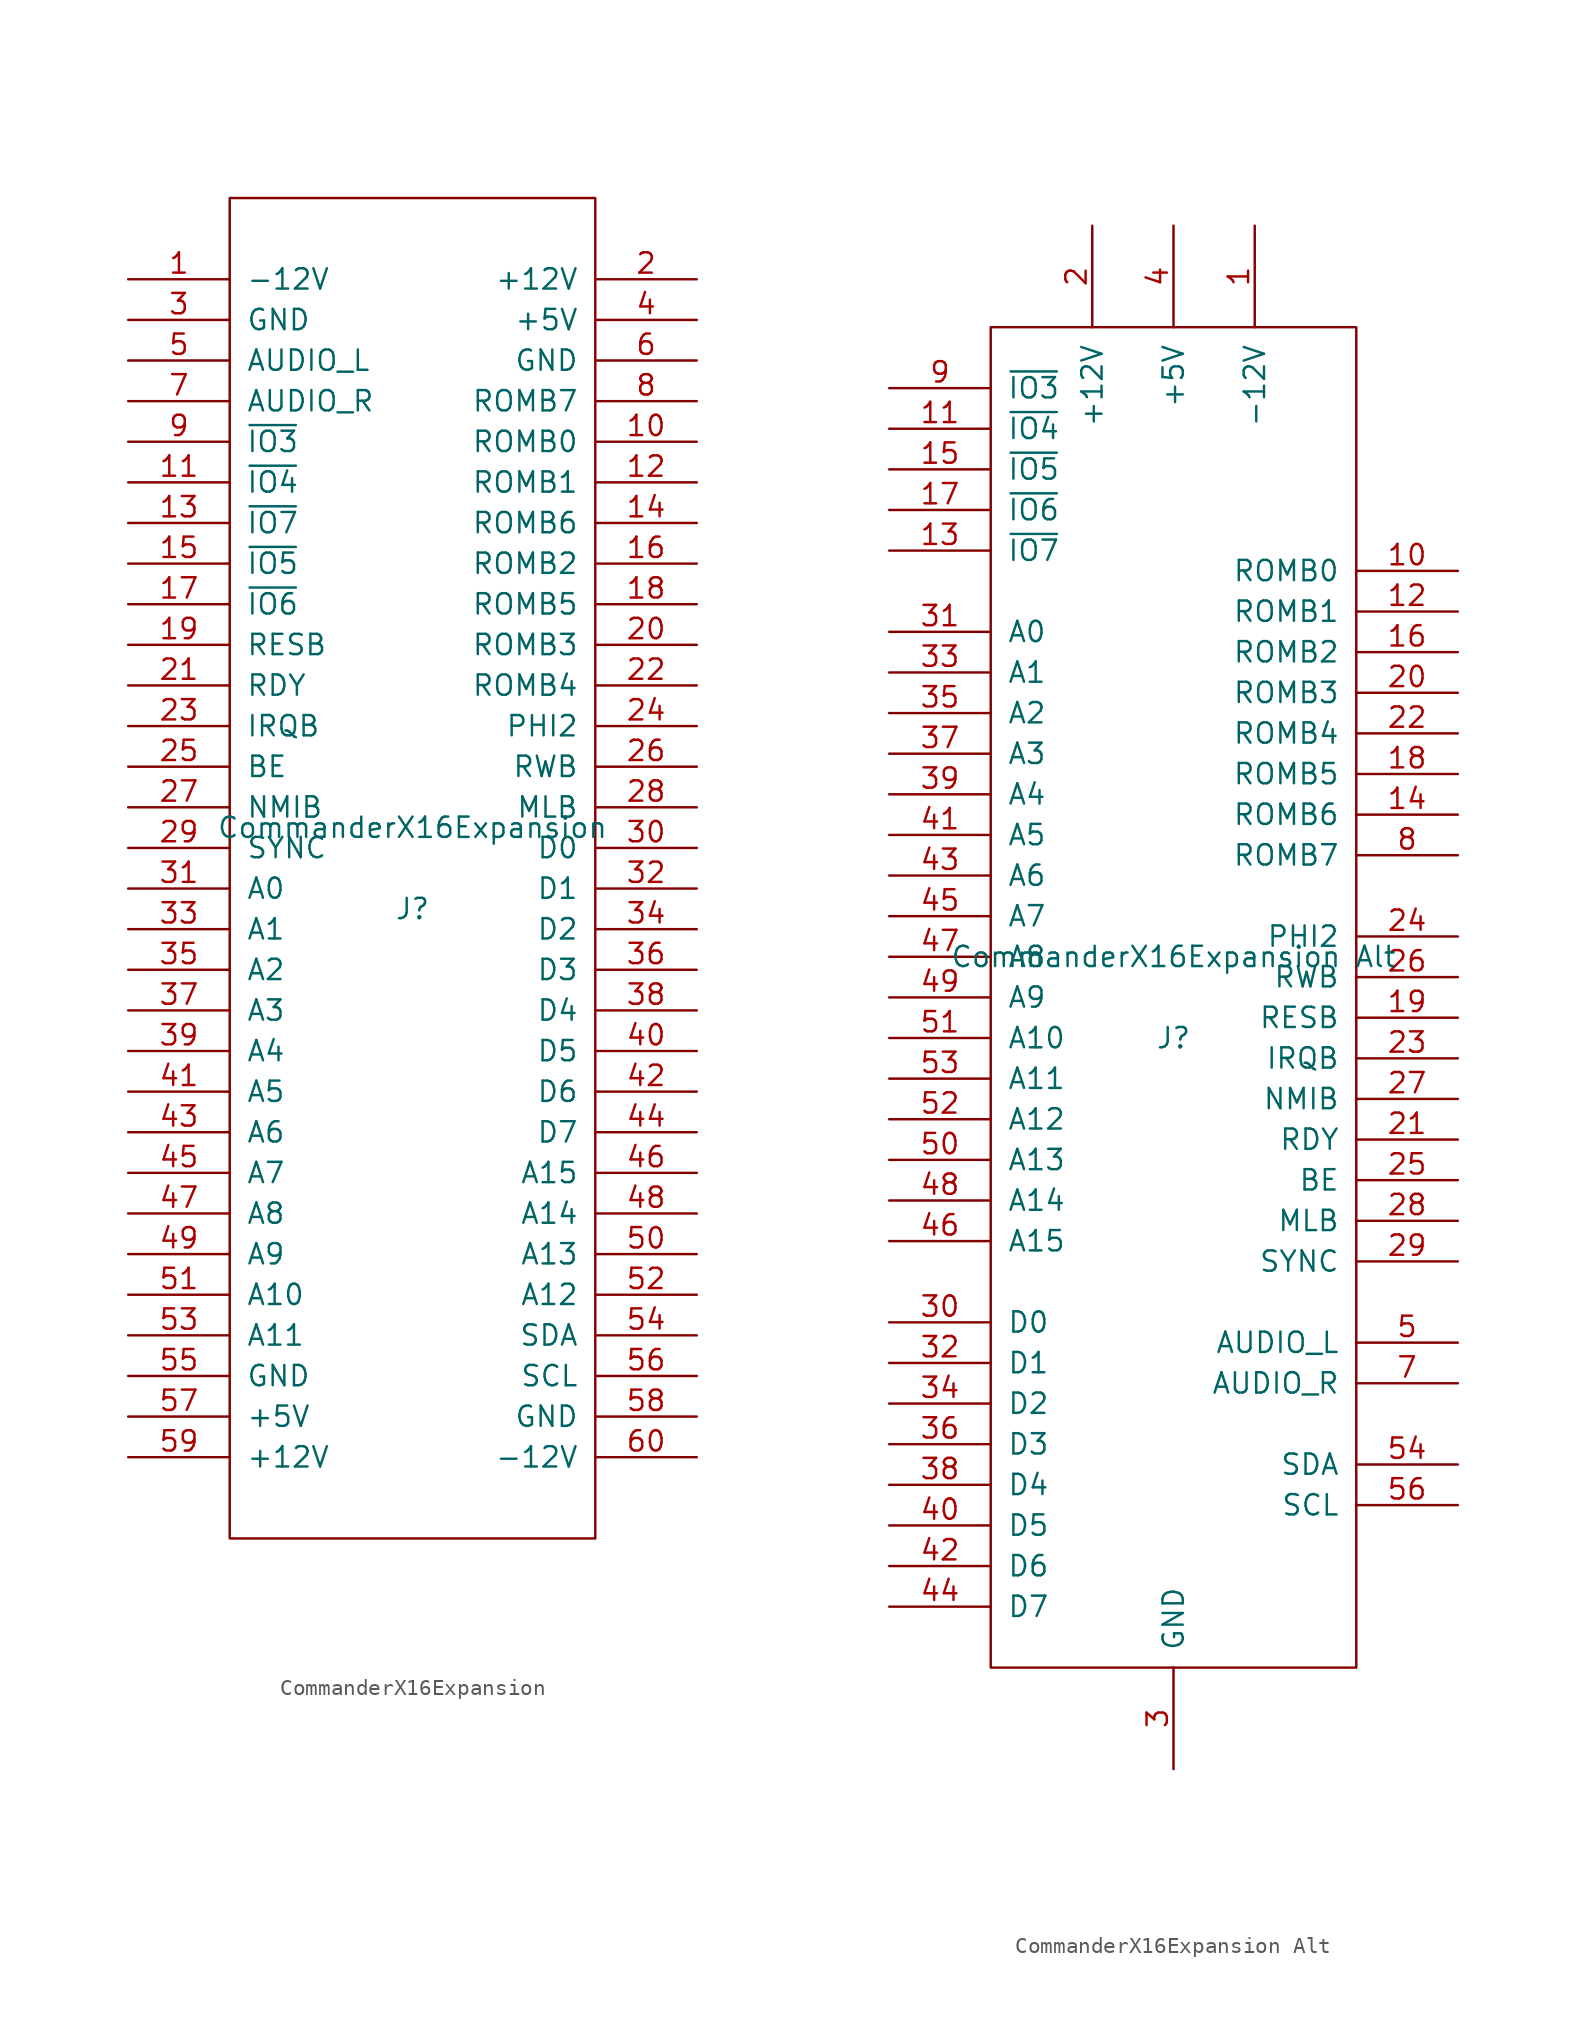
<source format=kicad_sym>
(kicad_symbol_lib
  (version 20231120)
  (generator "kicad_symbol_editor")
  (generator_version "8.0")
  (symbol "CommanderX16Expansion"
    (pin_names
      (offset 1.016))
    (property "Reference" "J"
      (at 0 -2.54 0)
      (effects (font (size 1.27 1.27))))
    (property "Value" "CommanderX16Expansion"
      (at 0 2.54 0)
      (effects (font (size 1.27 1.27))))
    (symbol "CommanderX16Expansion_1_0"
      (rectangle (start -11.43 -41.91) (end 11.43 41.91) (stroke (width 0) (type solid)) (fill (type none))))
    (symbol "CommanderX16Expansion_1_1"
      (pin power_out line (at -17.78 36.83 0) (length 6.35) (name "-12V" (effects (font (size 1.27 1.27)))) (number "1" (effects (font (size 1.27 1.27)))))
      (pin output line (at 17.78 26.67 180) (length 6.35) (name "ROMB0" (effects (font (size 1.27 1.27)))) (number "10" (effects (font (size 1.27 1.27)))))
      (pin output line (at -17.78 24.13 0) (length 6.35) (name "~{IO4}" (effects (font (size 1.27 1.27)))) (number "11" (effects (font (size 1.27 1.27)))))
      (pin output line (at 17.78 24.13 180) (length 6.35) (name "ROMB1" (effects (font (size 1.27 1.27)))) (number "12" (effects (font (size 1.27 1.27)))))
      (pin output line (at -17.78 21.59 0) (length 6.35) (name "~{IO7}" (effects (font (size 1.27 1.27)))) (number "13" (effects (font (size 1.27 1.27)))))
      (pin output line (at 17.78 21.59 180) (length 6.35) (name "ROMB6" (effects (font (size 1.27 1.27)))) (number "14" (effects (font (size 1.27 1.27)))))
      (pin output line (at -17.78 19.05 0) (length 6.35) (name "~{IO5}" (effects (font (size 1.27 1.27)))) (number "15" (effects (font (size 1.27 1.27)))))
      (pin output line (at 17.78 19.05 180) (length 6.35) (name "ROMB2" (effects (font (size 1.27 1.27)))) (number "16" (effects (font (size 1.27 1.27)))))
      (pin output line (at -17.78 16.51 0) (length 6.35) (name "~{IO6}" (effects (font (size 1.27 1.27)))) (number "17" (effects (font (size 1.27 1.27)))))
      (pin output line (at 17.78 16.51 180) (length 6.35) (name "ROMB5" (effects (font (size 1.27 1.27)))) (number "18" (effects (font (size 1.27 1.27)))))
      (pin bidirectional line (at -17.78 13.97 0) (length 6.35) (name "RESB" (effects (font (size 1.27 1.27)))) (number "19" (effects (font (size 1.27 1.27)))))
      (pin power_out line (at 17.78 36.83 180) (length 6.35) (name "+12V" (effects (font (size 1.27 1.27)))) (number "2" (effects (font (size 1.27 1.27)))))
      (pin output line (at 17.78 13.97 180) (length 6.35) (name "ROMB3" (effects (font (size 1.27 1.27)))) (number "20" (effects (font (size 1.27 1.27)))))
      (pin bidirectional line (at -17.78 11.43 0) (length 6.35) (name "RDY" (effects (font (size 1.27 1.27)))) (number "21" (effects (font (size 1.27 1.27)))))
      (pin output line (at 17.78 11.43 180) (length 6.35) (name "ROMB4" (effects (font (size 1.27 1.27)))) (number "22" (effects (font (size 1.27 1.27)))))
      (pin input line (at -17.78 8.89 0) (length 6.35) (name "IRQB" (effects (font (size 1.27 1.27)))) (number "23" (effects (font (size 1.27 1.27)))))
      (pin output line (at 17.78 8.89 180) (length 6.35) (name "PHI2" (effects (font (size 1.27 1.27)))) (number "24" (effects (font (size 1.27 1.27)))))
      (pin input line (at -17.78 6.35 0) (length 6.35) (name "BE" (effects (font (size 1.27 1.27)))) (number "25" (effects (font (size 1.27 1.27)))))
      (pin output line (at 17.78 6.35 180) (length 6.35) (name "RWB" (effects (font (size 1.27 1.27)))) (number "26" (effects (font (size 1.27 1.27)))))
      (pin input line (at -17.78 3.81 0) (length 6.35) (name "NMIB" (effects (font (size 1.27 1.27)))) (number "27" (effects (font (size 1.27 1.27)))))
      (pin output line (at 17.78 3.81 180) (length 6.35) (name "MLB" (effects (font (size 1.27 1.27)))) (number "28" (effects (font (size 1.27 1.27)))))
      (pin output line (at -17.78 1.27 0) (length 6.35) (name "SYNC" (effects (font (size 1.27 1.27)))) (number "29" (effects (font (size 1.27 1.27)))))
      (pin power_out line (at -17.78 34.29 0) (length 6.35) (name "GND" (effects (font (size 1.27 1.27)))) (number "3" (effects (font (size 1.27 1.27)))))
      (pin bidirectional line (at 17.78 1.27 180) (length 6.35) (name "D0" (effects (font (size 1.27 1.27)))) (number "30" (effects (font (size 1.27 1.27)))))
      (pin output line (at -17.78 -1.27 0) (length 6.35) (name "A0" (effects (font (size 1.27 1.27)))) (number "31" (effects (font (size 1.27 1.27)))))
      (pin bidirectional line (at 17.78 -1.27 180) (length 6.35) (name "D1" (effects (font (size 1.27 1.27)))) (number "32" (effects (font (size 1.27 1.27)))))
      (pin output line (at -17.78 -3.81 0) (length 6.35) (name "A1" (effects (font (size 1.27 1.27)))) (number "33" (effects (font (size 1.27 1.27)))))
      (pin bidirectional line (at 17.78 -3.81 180) (length 6.35) (name "D2" (effects (font (size 1.27 1.27)))) (number "34" (effects (font (size 1.27 1.27)))))
      (pin output line (at -17.78 -6.35 0) (length 6.35) (name "A2" (effects (font (size 1.27 1.27)))) (number "35" (effects (font (size 1.27 1.27)))))
      (pin bidirectional line (at 17.78 -6.35 180) (length 6.35) (name "D3" (effects (font (size 1.27 1.27)))) (number "36" (effects (font (size 1.27 1.27)))))
      (pin output line (at -17.78 -8.89 0) (length 6.35) (name "A3" (effects (font (size 1.27 1.27)))) (number "37" (effects (font (size 1.27 1.27)))))
      (pin bidirectional line (at 17.78 -8.89 180) (length 6.35) (name "D4" (effects (font (size 1.27 1.27)))) (number "38" (effects (font (size 1.27 1.27)))))
      (pin output line (at -17.78 -11.43 0) (length 6.35) (name "A4" (effects (font (size 1.27 1.27)))) (number "39" (effects (font (size 1.27 1.27)))))
      (pin power_out line (at 17.78 34.29 180) (length 6.35) (name "+5V" (effects (font (size 1.27 1.27)))) (number "4" (effects (font (size 1.27 1.27)))))
      (pin bidirectional line (at 17.78 -11.43 180) (length 6.35) (name "D5" (effects (font (size 1.27 1.27)))) (number "40" (effects (font (size 1.27 1.27)))))
      (pin output line (at -17.78 -13.97 0) (length 6.35) (name "A5" (effects (font (size 1.27 1.27)))) (number "41" (effects (font (size 1.27 1.27)))))
      (pin bidirectional line (at 17.78 -13.97 180) (length 6.35) (name "D6" (effects (font (size 1.27 1.27)))) (number "42" (effects (font (size 1.27 1.27)))))
      (pin output line (at -17.78 -16.51 0) (length 6.35) (name "A6" (effects (font (size 1.27 1.27)))) (number "43" (effects (font (size 1.27 1.27)))))
      (pin bidirectional line (at 17.78 -16.51 180) (length 6.35) (name "D7" (effects (font (size 1.27 1.27)))) (number "44" (effects (font (size 1.27 1.27)))))
      (pin output line (at -17.78 -19.05 0) (length 6.35) (name "A7" (effects (font (size 1.27 1.27)))) (number "45" (effects (font (size 1.27 1.27)))))
      (pin output line (at 17.78 -19.05 180) (length 6.35) (name "A15" (effects (font (size 1.27 1.27)))) (number "46" (effects (font (size 1.27 1.27)))))
      (pin output line (at -17.78 -21.59 0) (length 6.35) (name "A8" (effects (font (size 1.27 1.27)))) (number "47" (effects (font (size 1.27 1.27)))))
      (pin output line (at 17.78 -21.59 180) (length 6.35) (name "A14" (effects (font (size 1.27 1.27)))) (number "48" (effects (font (size 1.27 1.27)))))
      (pin output line (at -17.78 -24.13 0) (length 6.35) (name "A9" (effects (font (size 1.27 1.27)))) (number "49" (effects (font (size 1.27 1.27)))))
      (pin bidirectional line (at -17.78 31.75 0) (length 6.35) (name "AUDIO_L" (effects (font (size 1.27 1.27)))) (number "5" (effects (font (size 1.27 1.27)))))
      (pin output line (at 17.78 -24.13 180) (length 6.35) (name "A13" (effects (font (size 1.27 1.27)))) (number "50" (effects (font (size 1.27 1.27)))))
      (pin output line (at -17.78 -26.67 0) (length 6.35) (name "A10" (effects (font (size 1.27 1.27)))) (number "51" (effects (font (size 1.27 1.27)))))
      (pin output line (at 17.78 -26.67 180) (length 6.35) (name "A12" (effects (font (size 1.27 1.27)))) (number "52" (effects (font (size 1.27 1.27)))))
      (pin output line (at -17.78 -29.21 0) (length 6.35) (name "A11" (effects (font (size 1.27 1.27)))) (number "53" (effects (font (size 1.27 1.27)))))
      (pin bidirectional line (at 17.78 -29.21 180) (length 6.35) (name "SDA" (effects (font (size 1.27 1.27)))) (number "54" (effects (font (size 1.27 1.27)))))
      (pin power_out line (at -17.78 -31.75 0) (length 6.35) (name "GND" (effects (font (size 1.27 1.27)))) (number "55" (effects (font (size 1.27 1.27)))))
      (pin output line (at 17.78 -31.75 180) (length 6.35) (name "SCL" (effects (font (size 1.27 1.27)))) (number "56" (effects (font (size 1.27 1.27)))))
      (pin power_out line (at -17.78 -34.29 0) (length 6.35) (name "+5V" (effects (font (size 1.27 1.27)))) (number "57" (effects (font (size 1.27 1.27)))))
      (pin power_out line (at 17.78 -34.29 180) (length 6.35) (name "GND" (effects (font (size 1.27 1.27)))) (number "58" (effects (font (size 1.27 1.27)))))
      (pin power_out line (at -17.78 -36.83 0) (length 6.35) (name "+12V" (effects (font (size 1.27 1.27)))) (number "59" (effects (font (size 1.27 1.27)))))
      (pin power_out line (at 17.78 31.75 180) (length 6.35) (name "GND" (effects (font (size 1.27 1.27)))) (number "6" (effects (font (size 1.27 1.27)))))
      (pin power_out line (at 17.78 -36.83 180) (length 6.35) (name "-12V" (effects (font (size 1.27 1.27)))) (number "60" (effects (font (size 1.27 1.27)))))
      (pin bidirectional line (at -17.78 29.21 0) (length 6.35) (name "AUDIO_R" (effects (font (size 1.27 1.27)))) (number "7" (effects (font (size 1.27 1.27)))))
      (pin output line (at 17.78 29.21 180) (length 6.35) (name "ROMB7" (effects (font (size 1.27 1.27)))) (number "8" (effects (font (size 1.27 1.27)))))
      (pin output line (at -17.78 26.67 0) (length 6.35) (name "~{IO3}" (effects (font (size 1.27 1.27)))) (number "9" (effects (font (size 1.27 1.27)))))))
  (symbol "CommanderX16Expansion Alt"
    (pin_names
      (offset 1.016))
    (property "Reference" "J"
      (at 0 -2.54 0)
      (effects (font (size 1.27 1.27))))
    (property "Value" "CommanderX16Expansion Alt"
      (at 0 2.54 0)
      (effects (font (size 1.27 1.27))))
    (symbol "CommanderX16Expansion Alt_1_0"
      (rectangle (start -11.43 41.91) (end 11.43 -41.91) (stroke (width 0) (type solid)) (fill (type none))))
    (symbol "CommanderX16Expansion Alt_1_1"
      (pin power_out line (at 5.08 48.26 270) (length 6.35) (name "-12V" (effects (font (size 1.27 1.27)))) (number "1" (effects (font (size 1.27 1.27)))))
      (pin output line (at 17.78 26.67 180) (length 6.35) (name "ROMB0" (effects (font (size 1.27 1.27)))) (number "10" (effects (font (size 1.27 1.27)))))
      (pin output line (at -17.78 35.56 0) (length 6.35) (name "~{IO4}" (effects (font (size 1.27 1.27)))) (number "11" (effects (font (size 1.27 1.27)))))
      (pin output line (at 17.78 24.13 180) (length 6.35) (name "ROMB1" (effects (font (size 1.27 1.27)))) (number "12" (effects (font (size 1.27 1.27)))))
      (pin output line (at -17.78 27.94 0) (length 6.35) (name "~{IO7}" (effects (font (size 1.27 1.27)))) (number "13" (effects (font (size 1.27 1.27)))))
      (pin output line (at 17.78 11.43 180) (length 6.35) (name "ROMB6" (effects (font (size 1.27 1.27)))) (number "14" (effects (font (size 1.27 1.27)))))
      (pin output line (at -17.78 33.02 0) (length 6.35) (name "~{IO5}" (effects (font (size 1.27 1.27)))) (number "15" (effects (font (size 1.27 1.27)))))
      (pin output line (at 17.78 21.59 180) (length 6.35) (name "ROMB2" (effects (font (size 1.27 1.27)))) (number "16" (effects (font (size 1.27 1.27)))))
      (pin output line (at -17.78 30.48 0) (length 6.35) (name "~{IO6}" (effects (font (size 1.27 1.27)))) (number "17" (effects (font (size 1.27 1.27)))))
      (pin output line (at 17.78 13.97 180) (length 6.35) (name "ROMB5" (effects (font (size 1.27 1.27)))) (number "18" (effects (font (size 1.27 1.27)))))
      (pin bidirectional line (at 17.78 -1.27 180) (length 6.35) (name "RESB" (effects (font (size 1.27 1.27)))) (number "19" (effects (font (size 1.27 1.27)))))
      (pin power_out line (at -5.08 48.26 270) (length 6.35) (name "+12V" (effects (font (size 1.27 1.27)))) (number "2" (effects (font (size 1.27 1.27)))))
      (pin output line (at 17.78 19.05 180) (length 6.35) (name "ROMB3" (effects (font (size 1.27 1.27)))) (number "20" (effects (font (size 1.27 1.27)))))
      (pin bidirectional line (at 17.78 -8.89 180) (length 6.35) (name "RDY" (effects (font (size 1.27 1.27)))) (number "21" (effects (font (size 1.27 1.27)))))
      (pin output line (at 17.78 16.51 180) (length 6.35) (name "ROMB4" (effects (font (size 1.27 1.27)))) (number "22" (effects (font (size 1.27 1.27)))))
      (pin input line (at 17.78 -3.81 180) (length 6.35) (name "IRQB" (effects (font (size 1.27 1.27)))) (number "23" (effects (font (size 1.27 1.27)))))
      (pin output line (at 17.78 3.81 180) (length 6.35) (name "PHI2" (effects (font (size 1.27 1.27)))) (number "24" (effects (font (size 1.27 1.27)))))
      (pin input line (at 17.78 -11.43 180) (length 6.35) (name "BE" (effects (font (size 1.27 1.27)))) (number "25" (effects (font (size 1.27 1.27)))))
      (pin output line (at 17.78 1.27 180) (length 6.35) (name "RWB" (effects (font (size 1.27 1.27)))) (number "26" (effects (font (size 1.27 1.27)))))
      (pin input line (at 17.78 -6.35 180) (length 6.35) (name "NMIB" (effects (font (size 1.27 1.27)))) (number "27" (effects (font (size 1.27 1.27)))))
      (pin output line (at 17.78 -13.97 180) (length 6.35) (name "MLB" (effects (font (size 1.27 1.27)))) (number "28" (effects (font (size 1.27 1.27)))))
      (pin output line (at 17.78 -16.51 180) (length 6.35) (name "SYNC" (effects (font (size 1.27 1.27)))) (number "29" (effects (font (size 1.27 1.27)))))
      (pin power_out line (at 0 -48.26 90) (length 6.35) (name "GND" (effects (font (size 1.27 1.27)))) (number "3" (effects (font (size 1.27 1.27)))))
      (pin bidirectional line (at -17.78 -20.32 0) (length 6.35) (name "D0" (effects (font (size 1.27 1.27)))) (number "30" (effects (font (size 1.27 1.27)))))
      (pin output line (at -17.78 22.86 0) (length 6.35) (name "A0" (effects (font (size 1.27 1.27)))) (number "31" (effects (font (size 1.27 1.27)))))
      (pin bidirectional line (at -17.78 -22.86 0) (length 6.35) (name "D1" (effects (font (size 1.27 1.27)))) (number "32" (effects (font (size 1.27 1.27)))))
      (pin output line (at -17.78 20.32 0) (length 6.35) (name "A1" (effects (font (size 1.27 1.27)))) (number "33" (effects (font (size 1.27 1.27)))))
      (pin bidirectional line (at -17.78 -25.4 0) (length 6.35) (name "D2" (effects (font (size 1.27 1.27)))) (number "34" (effects (font (size 1.27 1.27)))))
      (pin output line (at -17.78 17.78 0) (length 6.35) (name "A2" (effects (font (size 1.27 1.27)))) (number "35" (effects (font (size 1.27 1.27)))))
      (pin bidirectional line (at -17.78 -27.94 0) (length 6.35) (name "D3" (effects (font (size 1.27 1.27)))) (number "36" (effects (font (size 1.27 1.27)))))
      (pin output line (at -17.78 15.24 0) (length 6.35) (name "A3" (effects (font (size 1.27 1.27)))) (number "37" (effects (font (size 1.27 1.27)))))
      (pin bidirectional line (at -17.78 -30.48 0) (length 6.35) (name "D4" (effects (font (size 1.27 1.27)))) (number "38" (effects (font (size 1.27 1.27)))))
      (pin output line (at -17.78 12.7 0) (length 6.35) (name "A4" (effects (font (size 1.27 1.27)))) (number "39" (effects (font (size 1.27 1.27)))))
      (pin power_out line (at 0 48.26 270) (length 6.35) (name "+5V" (effects (font (size 1.27 1.27)))) (number "4" (effects (font (size 1.27 1.27)))))
      (pin bidirectional line (at -17.78 -33.02 0) (length 6.35) (name "D5" (effects (font (size 1.27 1.27)))) (number "40" (effects (font (size 1.27 1.27)))))
      (pin output line (at -17.78 10.16 0) (length 6.35) (name "A5" (effects (font (size 1.27 1.27)))) (number "41" (effects (font (size 1.27 1.27)))))
      (pin bidirectional line (at -17.78 -35.56 0) (length 6.35) (name "D6" (effects (font (size 1.27 1.27)))) (number "42" (effects (font (size 1.27 1.27)))))
      (pin output line (at -17.78 7.62 0) (length 6.35) (name "A6" (effects (font (size 1.27 1.27)))) (number "43" (effects (font (size 1.27 1.27)))))
      (pin bidirectional line (at -17.78 -38.1 0) (length 6.35) (name "D7" (effects (font (size 1.27 1.27)))) (number "44" (effects (font (size 1.27 1.27)))))
      (pin output line (at -17.78 5.08 0) (length 6.35) (name "A7" (effects (font (size 1.27 1.27)))) (number "45" (effects (font (size 1.27 1.27)))))
      (pin output line (at -17.78 -15.24 0) (length 6.35) (name "A15" (effects (font (size 1.27 1.27)))) (number "46" (effects (font (size 1.27 1.27)))))
      (pin output line (at -17.78 2.54 0) (length 6.35) (name "A8" (effects (font (size 1.27 1.27)))) (number "47" (effects (font (size 1.27 1.27)))))
      (pin output line (at -17.78 -12.7 0) (length 6.35) (name "A14" (effects (font (size 1.27 1.27)))) (number "48" (effects (font (size 1.27 1.27)))))
      (pin output line (at -17.78 0 0) (length 6.35) (name "A9" (effects (font (size 1.27 1.27)))) (number "49" (effects (font (size 1.27 1.27)))))
      (pin bidirectional line (at 17.78 -21.59 180) (length 6.35) (name "AUDIO_L" (effects (font (size 1.27 1.27)))) (number "5" (effects (font (size 1.27 1.27)))))
      (pin output line (at -17.78 -10.16 0) (length 6.35) (name "A13" (effects (font (size 1.27 1.27)))) (number "50" (effects (font (size 1.27 1.27)))))
      (pin output line (at -17.78 -2.54 0) (length 6.35) (name "A10" (effects (font (size 1.27 1.27)))) (number "51" (effects (font (size 1.27 1.27)))))
      (pin output line (at -17.78 -7.62 0) (length 6.35) (name "A12" (effects (font (size 1.27 1.27)))) (number "52" (effects (font (size 1.27 1.27)))))
      (pin output line (at -17.78 -5.08 0) (length 6.35) (name "A11" (effects (font (size 1.27 1.27)))) (number "53" (effects (font (size 1.27 1.27)))))
      (pin bidirectional line (at 17.78 -29.21 180) (length 6.35) (name "SDA" (effects (font (size 1.27 1.27)))) (number "54" (effects (font (size 1.27 1.27)))))
      (pin power_out line (at 0 -48.26 90) (length 6.35) hide (name "GND" (effects (font (size 1.27 1.27)))) (number "55" (effects (font (size 1.27 1.27)))))
      (pin output line (at 17.78 -31.75 180) (length 6.35) (name "SCL" (effects (font (size 1.27 1.27)))) (number "56" (effects (font (size 1.27 1.27)))))
      (pin power_out line (at 0 48.26 270) (length 6.35) hide (name "+5V" (effects (font (size 1.27 1.27)))) (number "57" (effects (font (size 1.27 1.27)))))
      (pin power_out line (at 0 -48.26 90) (length 6.35) hide (name "GND" (effects (font (size 1.27 1.27)))) (number "58" (effects (font (size 1.27 1.27)))))
      (pin power_out line (at -5.08 48.26 270) (length 6.35) hide (name "+12V" (effects (font (size 1.27 1.27)))) (number "59" (effects (font (size 1.27 1.27)))))
      (pin power_out line (at 0 -48.26 90) (length 6.35) hide (name "GND" (effects (font (size 1.27 1.27)))) (number "6" (effects (font (size 1.27 1.27)))))
      (pin power_out line (at 5.08 48.26 270) (length 6.35) hide (name "-12V" (effects (font (size 1.27 1.27)))) (number "60" (effects (font (size 1.27 1.27)))))
      (pin bidirectional line (at 17.78 -24.13 180) (length 6.35) (name "AUDIO_R" (effects (font (size 1.27 1.27)))) (number "7" (effects (font (size 1.27 1.27)))))
      (pin output line (at 17.78 8.89 180) (length 6.35) (name "ROMB7" (effects (font (size 1.27 1.27)))) (number "8" (effects (font (size 1.27 1.27)))))
      (pin output line (at -17.78 38.1 0) (length 6.35) (name "~{IO3}" (effects (font (size 1.27 1.27)))) (number "9" (effects (font (size 1.27 1.27))))))))
</source>
